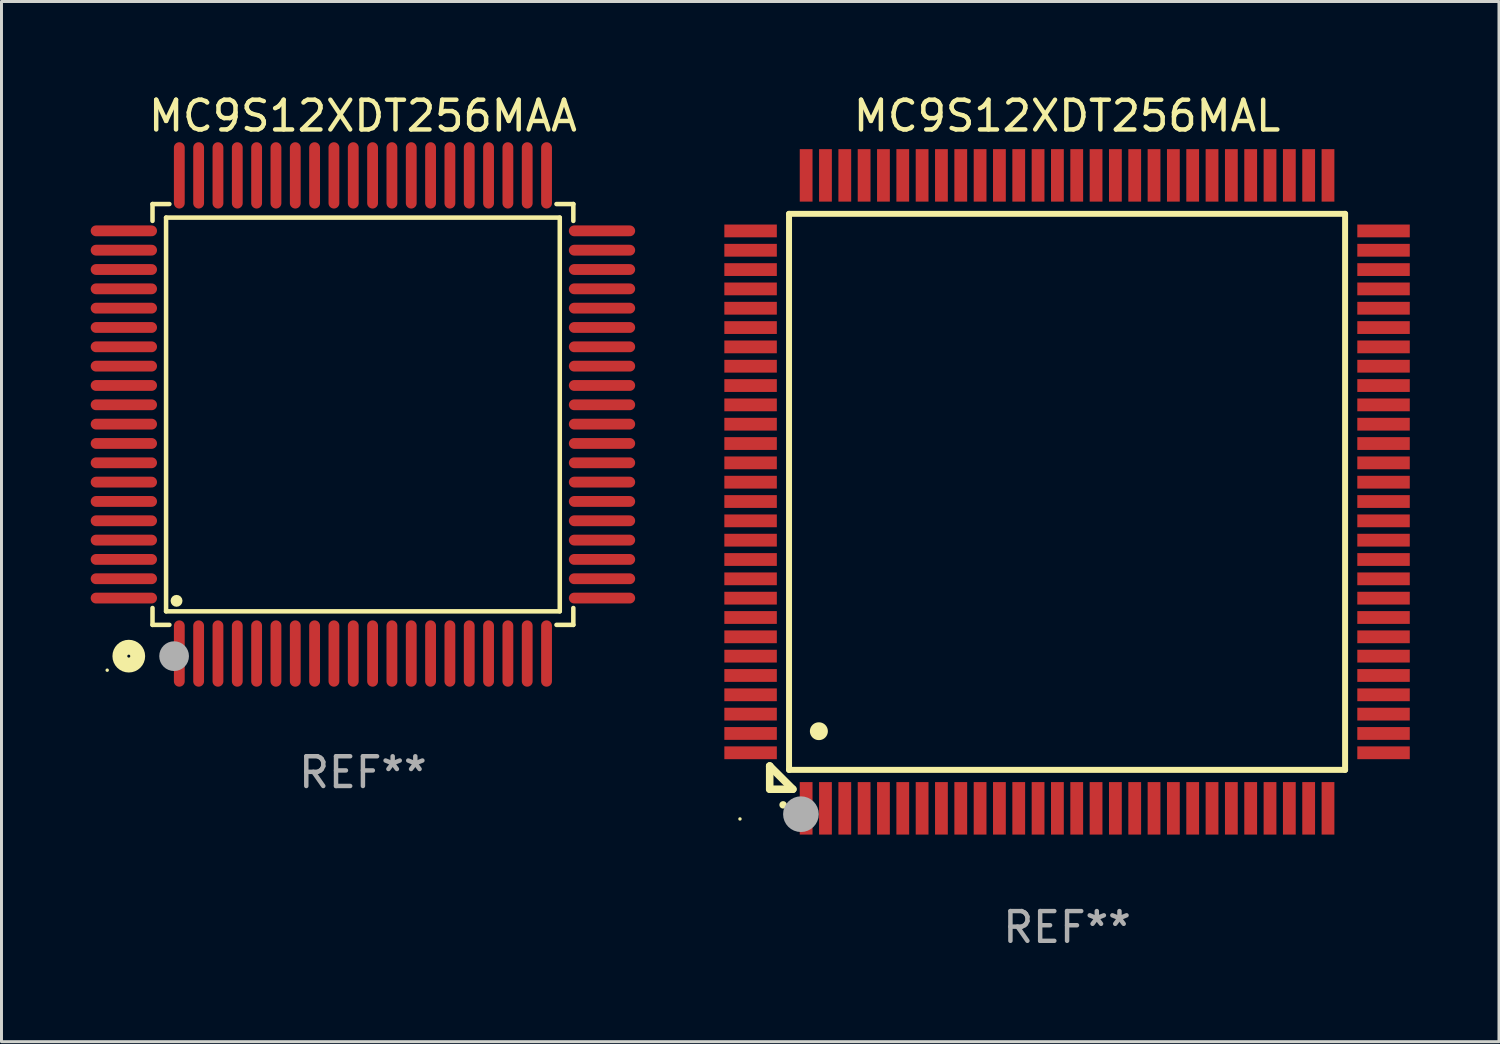
<source format=kicad_pcb>
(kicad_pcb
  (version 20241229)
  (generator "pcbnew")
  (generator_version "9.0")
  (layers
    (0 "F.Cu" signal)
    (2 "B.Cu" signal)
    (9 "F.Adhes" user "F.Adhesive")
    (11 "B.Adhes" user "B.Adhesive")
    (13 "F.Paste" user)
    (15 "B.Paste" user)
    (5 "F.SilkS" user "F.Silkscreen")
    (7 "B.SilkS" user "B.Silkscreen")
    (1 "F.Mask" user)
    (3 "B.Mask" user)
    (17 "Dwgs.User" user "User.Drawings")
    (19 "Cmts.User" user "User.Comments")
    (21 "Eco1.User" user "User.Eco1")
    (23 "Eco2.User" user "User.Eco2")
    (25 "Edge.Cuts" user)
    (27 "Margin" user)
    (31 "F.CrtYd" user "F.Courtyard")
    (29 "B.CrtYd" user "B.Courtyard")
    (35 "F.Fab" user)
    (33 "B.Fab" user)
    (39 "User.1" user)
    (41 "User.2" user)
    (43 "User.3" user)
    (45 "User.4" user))
  (footprint "MC9S12XDT256MAA"
    (layer "F.Cu")
    (at 9.155 10.888)
    (property "Reference" "MC9S12XDT256MAA" (at 0 -10.04 0) (layer "F.SilkS") (effects (font (size 1 1) (thickness 0.15))))
    (attr through_hole)
    (fp_line (start -7.076 -7.076) (end -7.076 -6.509) (stroke (width 0.152) (type solid)) (layer "F.SilkS"))
    (fp_line (start -7.076 7.076) (end -7.076 6.509) (stroke (width 0.152) (type solid)) (layer "F.SilkS"))
    (fp_line (start -6.62 -6.62) (end 6.62 -6.62) (stroke (width 0.152) (type solid)) (layer "F.SilkS"))
    (fp_line (start -6.62 6.62) (end -6.62 -6.62) (stroke (width 0.152) (type solid)) (layer "F.SilkS"))
    (fp_line (start -6.509 -7.076) (end -7.076 -7.076) (stroke (width 0.152) (type solid)) (layer "F.SilkS"))
    (fp_line (start -6.509 7.076) (end -7.076 7.076) (stroke (width 0.152) (type solid)) (layer "F.SilkS"))
    (fp_line (start 6.509 -7.076) (end 7.076 -7.076) (stroke (width 0.152) (type solid)) (layer "F.SilkS"))
    (fp_line (start 6.509 7.076) (end 7.076 7.076) (stroke (width 0.152) (type solid)) (layer "F.SilkS"))
    (fp_line (start 6.62 -6.62) (end 6.62 6.62) (stroke (width 0.152) (type solid)) (layer "F.SilkS"))
    (fp_line (start 6.62 6.62) (end -6.62 6.62) (stroke (width 0.152) (type solid)) (layer "F.SilkS"))
    (fp_line (start 7.076 -7.076) (end 7.076 -6.509) (stroke (width 0.152) (type solid)) (layer "F.SilkS"))
    (fp_line (start 7.076 7.076) (end 7.076 6.509) (stroke (width 0.152) (type solid)) (layer "F.SilkS"))
    (fp_circle (center -8.6 8.6) (end -8.57 8.6) (stroke (width 0.06) (type solid)) (fill no) (layer "F.SilkS"))
    (fp_circle (center -7.874 8.128) (end -7.574 8.128) (stroke (width 0.5) (type solid)) (fill no) (layer "F.SilkS"))
    (fp_circle (center -6.268 6.268) (end -6.168 6.268) (stroke (width 0.2) (type solid)) (fill no) (layer "F.SilkS"))
    (fp_circle (center -6.35 8.128) (end -6.1 8.128) (stroke (width 0.5) (type solid)) (fill no) (layer "F.Fab"))
    (fp_text user "REF**" (at 0 12.04 0) (layer "F.Fab") (effects (font (size 1 1) (thickness 0.15))))
    (pad "1" smd oval (at -6.175 8.04) (size 0.364 2.23) (layers "F.Cu" "F.Mask" "F.Paste"))
    (pad "2" smd oval (at -5.525 8.04) (size 0.364 2.23) (layers "F.Cu" "F.Mask" "F.Paste"))
    (pad "3" smd oval (at -4.875 8.04) (size 0.364 2.23) (layers "F.Cu" "F.Mask" "F.Paste"))
    (pad "4" smd oval (at -4.225 8.04) (size 0.364 2.23) (layers "F.Cu" "F.Mask" "F.Paste"))
    (pad "5" smd oval (at -3.575 8.04) (size 0.364 2.23) (layers "F.Cu" "F.Mask" "F.Paste"))
    (pad "6" smd oval (at -2.925 8.04) (size 0.364 2.23) (layers "F.Cu" "F.Mask" "F.Paste"))
    (pad "7" smd oval (at -2.275 8.04) (size 0.364 2.23) (layers "F.Cu" "F.Mask" "F.Paste"))
    (pad "8" smd oval (at -1.625 8.04) (size 0.364 2.23) (layers "F.Cu" "F.Mask" "F.Paste"))
    (pad "9" smd oval (at -0.975 8.04) (size 0.364 2.23) (layers "F.Cu" "F.Mask" "F.Paste"))
    (pad "10" smd oval (at -0.325 8.04) (size 0.364 2.23) (layers "F.Cu" "F.Mask" "F.Paste"))
    (pad "11" smd oval (at 0.325 8.04) (size 0.364 2.23) (layers "F.Cu" "F.Mask" "F.Paste"))
    (pad "12" smd oval (at 0.975 8.04) (size 0.364 2.23) (layers "F.Cu" "F.Mask" "F.Paste"))
    (pad "13" smd oval (at 1.625 8.04) (size 0.364 2.23) (layers "F.Cu" "F.Mask" "F.Paste"))
    (pad "14" smd oval (at 2.275 8.04) (size 0.364 2.23) (layers "F.Cu" "F.Mask" "F.Paste"))
    (pad "15" smd oval (at 2.925 8.04) (size 0.364 2.23) (layers "F.Cu" "F.Mask" "F.Paste"))
    (pad "16" smd oval (at 3.575 8.04) (size 0.364 2.23) (layers "F.Cu" "F.Mask" "F.Paste"))
    (pad "17" smd oval (at 4.225 8.04) (size 0.364 2.23) (layers "F.Cu" "F.Mask" "F.Paste"))
    (pad "18" smd oval (at 4.875 8.04) (size 0.364 2.23) (layers "F.Cu" "F.Mask" "F.Paste"))
    (pad "19" smd oval (at 5.525 8.04) (size 0.364 2.23) (layers "F.Cu" "F.Mask" "F.Paste"))
    (pad "20" smd oval (at 6.175 8.04) (size 0.364 2.23) (layers "F.Cu" "F.Mask" "F.Paste"))
    (pad "21" smd oval (at 8.04 6.175) (size 2.23 0.364) (layers "F.Cu" "F.Mask" "F.Paste"))
    (pad "22" smd oval (at 8.04 5.525) (size 2.23 0.364) (layers "F.Cu" "F.Mask" "F.Paste"))
    (pad "23" smd oval (at 8.04 4.875) (size 2.23 0.364) (layers "F.Cu" "F.Mask" "F.Paste"))
    (pad "24" smd oval (at 8.04 4.225) (size 2.23 0.364) (layers "F.Cu" "F.Mask" "F.Paste"))
    (pad "25" smd oval (at 8.04 3.575) (size 2.23 0.364) (layers "F.Cu" "F.Mask" "F.Paste"))
    (pad "26" smd oval (at 8.04 2.925) (size 2.23 0.364) (layers "F.Cu" "F.Mask" "F.Paste"))
    (pad "27" smd oval (at 8.04 2.275) (size 2.23 0.364) (layers "F.Cu" "F.Mask" "F.Paste"))
    (pad "28" smd oval (at 8.04 1.625) (size 2.23 0.364) (layers "F.Cu" "F.Mask" "F.Paste"))
    (pad "29" smd oval (at 8.04 0.975) (size 2.23 0.364) (layers "F.Cu" "F.Mask" "F.Paste"))
    (pad "30" smd oval (at 8.04 0.325) (size 2.23 0.364) (layers "F.Cu" "F.Mask" "F.Paste"))
    (pad "31" smd oval (at 8.04 -0.325) (size 2.23 0.364) (layers "F.Cu" "F.Mask" "F.Paste"))
    (pad "32" smd oval (at 8.04 -0.975) (size 2.23 0.364) (layers "F.Cu" "F.Mask" "F.Paste"))
    (pad "33" smd oval (at 8.04 -1.625) (size 2.23 0.364) (layers "F.Cu" "F.Mask" "F.Paste"))
    (pad "34" smd oval (at 8.04 -2.275) (size 2.23 0.364) (layers "F.Cu" "F.Mask" "F.Paste"))
    (pad "35" smd oval (at 8.04 -2.925) (size 2.23 0.364) (layers "F.Cu" "F.Mask" "F.Paste"))
    (pad "36" smd oval (at 8.04 -3.575) (size 2.23 0.364) (layers "F.Cu" "F.Mask" "F.Paste"))
    (pad "37" smd oval (at 8.04 -4.225) (size 2.23 0.364) (layers "F.Cu" "F.Mask" "F.Paste"))
    (pad "38" smd oval (at 8.04 -4.875) (size 2.23 0.364) (layers "F.Cu" "F.Mask" "F.Paste"))
    (pad "39" smd oval (at 8.04 -5.525) (size 2.23 0.364) (layers "F.Cu" "F.Mask" "F.Paste"))
    (pad "40" smd oval (at 8.04 -6.175) (size 2.23 0.364) (layers "F.Cu" "F.Mask" "F.Paste"))
    (pad "41" smd oval (at 6.175 -8.04) (size 0.364 2.23) (layers "F.Cu" "F.Mask" "F.Paste"))
    (pad "42" smd oval (at 5.525 -8.04) (size 0.364 2.23) (layers "F.Cu" "F.Mask" "F.Paste"))
    (pad "43" smd oval (at 4.875 -8.04) (size 0.364 2.23) (layers "F.Cu" "F.Mask" "F.Paste"))
    (pad "44" smd oval (at 4.225 -8.04) (size 0.364 2.23) (layers "F.Cu" "F.Mask" "F.Paste"))
    (pad "45" smd oval (at 3.575 -8.04) (size 0.364 2.23) (layers "F.Cu" "F.Mask" "F.Paste"))
    (pad "46" smd oval (at 2.925 -8.04) (size 0.364 2.23) (layers "F.Cu" "F.Mask" "F.Paste"))
    (pad "47" smd oval (at 2.275 -8.04) (size 0.364 2.23) (layers "F.Cu" "F.Mask" "F.Paste"))
    (pad "48" smd oval (at 1.625 -8.04) (size 0.364 2.23) (layers "F.Cu" "F.Mask" "F.Paste"))
    (pad "49" smd oval (at 0.975 -8.04) (size 0.364 2.23) (layers "F.Cu" "F.Mask" "F.Paste"))
    (pad "50" smd oval (at 0.325 -8.04) (size 0.364 2.23) (layers "F.Cu" "F.Mask" "F.Paste"))
    (pad "51" smd oval (at -0.325 -8.04) (size 0.364 2.23) (layers "F.Cu" "F.Mask" "F.Paste"))
    (pad "52" smd oval (at -0.975 -8.04) (size 0.364 2.23) (layers "F.Cu" "F.Mask" "F.Paste"))
    (pad "53" smd oval (at -1.625 -8.04) (size 0.364 2.23) (layers "F.Cu" "F.Mask" "F.Paste"))
    (pad "54" smd oval (at -2.275 -8.04) (size 0.364 2.23) (layers "F.Cu" "F.Mask" "F.Paste"))
    (pad "55" smd oval (at -2.925 -8.04) (size 0.364 2.23) (layers "F.Cu" "F.Mask" "F.Paste"))
    (pad "56" smd oval (at -3.575 -8.04) (size 0.364 2.23) (layers "F.Cu" "F.Mask" "F.Paste"))
    (pad "57" smd oval (at -4.225 -8.04) (size 0.364 2.23) (layers "F.Cu" "F.Mask" "F.Paste"))
    (pad "58" smd oval (at -4.875 -8.04) (size 0.364 2.23) (layers "F.Cu" "F.Mask" "F.Paste"))
    (pad "59" smd oval (at -5.525 -8.04) (size 0.364 2.23) (layers "F.Cu" "F.Mask" "F.Paste"))
    (pad "60" smd oval (at -6.175 -8.04) (size 0.364 2.23) (layers "F.Cu" "F.Mask" "F.Paste"))
    (pad "61" smd oval (at -8.04 -6.175) (size 2.23 0.364) (layers "F.Cu" "F.Mask" "F.Paste"))
    (pad "62" smd oval (at -8.04 -5.525) (size 2.23 0.364) (layers "F.Cu" "F.Mask" "F.Paste"))
    (pad "63" smd oval (at -8.04 -4.875) (size 2.23 0.364) (layers "F.Cu" "F.Mask" "F.Paste"))
    (pad "64" smd oval (at -8.04 -4.225) (size 2.23 0.364) (layers "F.Cu" "F.Mask" "F.Paste"))
    (pad "65" smd oval (at -8.04 -3.575) (size 2.23 0.364) (layers "F.Cu" "F.Mask" "F.Paste"))
    (pad "66" smd oval (at -8.04 -2.925) (size 2.23 0.364) (layers "F.Cu" "F.Mask" "F.Paste"))
    (pad "67" smd oval (at -8.04 -2.275) (size 2.23 0.364) (layers "F.Cu" "F.Mask" "F.Paste"))
    (pad "68" smd oval (at -8.04 -1.625) (size 2.23 0.364) (layers "F.Cu" "F.Mask" "F.Paste"))
    (pad "69" smd oval (at -8.04 -0.975) (size 2.23 0.364) (layers "F.Cu" "F.Mask" "F.Paste"))
    (pad "70" smd oval (at -8.04 -0.325) (size 2.23 0.364) (layers "F.Cu" "F.Mask" "F.Paste"))
    (pad "71" smd oval (at -8.04 0.325) (size 2.23 0.364) (layers "F.Cu" "F.Mask" "F.Paste"))
    (pad "72" smd oval (at -8.04 0.975) (size 2.23 0.364) (layers "F.Cu" "F.Mask" "F.Paste"))
    (pad "73" smd oval (at -8.04 1.625) (size 2.23 0.364) (layers "F.Cu" "F.Mask" "F.Paste"))
    (pad "74" smd oval (at -8.04 2.275) (size 2.23 0.364) (layers "F.Cu" "F.Mask" "F.Paste"))
    (pad "75" smd oval (at -8.04 2.925) (size 2.23 0.364) (layers "F.Cu" "F.Mask" "F.Paste"))
    (pad "76" smd oval (at -8.04 3.575) (size 2.23 0.364) (layers "F.Cu" "F.Mask" "F.Paste"))
    (pad "77" smd oval (at -8.04 4.225) (size 2.23 0.364) (layers "F.Cu" "F.Mask" "F.Paste"))
    (pad "78" smd oval (at -8.04 4.875) (size 2.23 0.364) (layers "F.Cu" "F.Mask" "F.Paste"))
    (pad "79" smd oval (at -8.04 5.525) (size 2.23 0.364) (layers "F.Cu" "F.Mask" "F.Paste"))
    (pad "80" smd oval (at -8.04 6.175) (size 2.23 0.364) (layers "F.Cu" "F.Mask" "F.Paste")))
  (footprint "MC9S12XDT256MAL"
    (layer "F.Cu")
    (at 32.835 13.491)
    (property "Reference" "MC9S12XDT256MAL" (at 0 -12.643 0) (layer "F.SilkS") (effects (font (size 1 1) (thickness 0.15))))
    (attr through_hole)
    (fp_line (start -10 9.221) (end -10 9.221) (stroke (width 0.254) (type solid)) (layer "F.SilkS"))
    (fp_line (start -10 9.221) (end -10 10) (stroke (width 0.254) (type solid)) (layer "F.SilkS"))
    (fp_line (start -10 9.221) (end -9.221 10) (stroke (width 0.254) (type solid)) (layer "F.SilkS"))
    (fp_line (start -10 10) (end -9.221 10) (stroke (width 0.254) (type solid)) (layer "F.SilkS"))
    (fp_line (start -9.35 -9.35) (end -9.35 9.35) (stroke (width 0.201) (type solid)) (layer "F.SilkS"))
    (fp_line (start -9.35 9.35) (end 9.35 9.35) (stroke (width 0.201) (type solid)) (layer "F.SilkS"))
    (fp_line (start 9.35 -9.35) (end -9.35 -9.35) (stroke (width 0.201) (type solid)) (layer "F.SilkS"))
    (fp_line (start 9.35 9.35) (end 9.35 -9.35) (stroke (width 0.201) (type solid)) (layer "F.SilkS"))
    (fp_arc (start -9.550546 10.525832) (mid -9.549276 10.525826) (end -9.548006 10.525832) (stroke (width 0.24892) (type solid)) (layer "F.SilkS"))
    (fp_arc (start -8.349124 8.049327) (mid -8.346584 8.049316) (end -8.344044 8.049327) (stroke (width 0.599441) (type solid)) (layer "F.SilkS"))
    (fp_circle (center -11 11) (end -10.97 11) (stroke (width 0.06) (type solid)) (fill no) (layer "F.SilkS"))
    (fp_circle (center -8.95 10.84) (end -8.65 10.84) (stroke (width 0.6) (type solid)) (fill no) (layer "F.Fab"))
    (fp_text user "REF**" (at 0 14.643 0) (layer "F.Fab") (effects (font (size 1 1) (thickness 0.15))))
    (pad "1" smd rect (at -8.775 10.643) (size 0.43 1.765) (layers "F.Cu" "F.Mask" "F.Paste"))
    (pad "2" smd rect (at -8.125 10.643) (size 0.43 1.765) (layers "F.Cu" "F.Mask" "F.Paste"))
    (pad "3" smd rect (at -7.475 10.643) (size 0.43 1.765) (layers "F.Cu" "F.Mask" "F.Paste"))
    (pad "4" smd rect (at -6.825 10.643) (size 0.43 1.765) (layers "F.Cu" "F.Mask" "F.Paste"))
    (pad "5" smd rect (at -6.175 10.643) (size 0.43 1.765) (layers "F.Cu" "F.Mask" "F.Paste"))
    (pad "6" smd rect (at -5.525 10.643) (size 0.43 1.765) (layers "F.Cu" "F.Mask" "F.Paste"))
    (pad "7" smd rect (at -4.875 10.643) (size 0.43 1.765) (layers "F.Cu" "F.Mask" "F.Paste"))
    (pad "8" smd rect (at -4.225 10.643) (size 0.43 1.765) (layers "F.Cu" "F.Mask" "F.Paste"))
    (pad "9" smd rect (at -3.575 10.643) (size 0.43 1.765) (layers "F.Cu" "F.Mask" "F.Paste"))
    (pad "10" smd rect (at -2.925 10.643) (size 0.43 1.765) (layers "F.Cu" "F.Mask" "F.Paste"))
    (pad "11" smd rect (at -2.275 10.643) (size 0.43 1.765) (layers "F.Cu" "F.Mask" "F.Paste"))
    (pad "12" smd rect (at -1.625 10.643) (size 0.43 1.765) (layers "F.Cu" "F.Mask" "F.Paste"))
    (pad "13" smd rect (at -0.975 10.643) (size 0.43 1.765) (layers "F.Cu" "F.Mask" "F.Paste"))
    (pad "14" smd rect (at -0.325 10.643) (size 0.43 1.765) (layers "F.Cu" "F.Mask" "F.Paste"))
    (pad "15" smd rect (at 0.325 10.643) (size 0.43 1.765) (layers "F.Cu" "F.Mask" "F.Paste"))
    (pad "16" smd rect (at 0.975 10.643) (size 0.43 1.765) (layers "F.Cu" "F.Mask" "F.Paste"))
    (pad "17" smd rect (at 1.625 10.643) (size 0.43 1.765) (layers "F.Cu" "F.Mask" "F.Paste"))
    (pad "18" smd rect (at 2.275 10.643) (size 0.43 1.765) (layers "F.Cu" "F.Mask" "F.Paste"))
    (pad "19" smd rect (at 2.925 10.643) (size 0.43 1.765) (layers "F.Cu" "F.Mask" "F.Paste"))
    (pad "20" smd rect (at 3.575 10.643) (size 0.43 1.765) (layers "F.Cu" "F.Mask" "F.Paste"))
    (pad "21" smd rect (at 4.225 10.643) (size 0.43 1.765) (layers "F.Cu" "F.Mask" "F.Paste"))
    (pad "22" smd rect (at 4.875 10.643) (size 0.43 1.765) (layers "F.Cu" "F.Mask" "F.Paste"))
    (pad "23" smd rect (at 5.525 10.643) (size 0.43 1.765) (layers "F.Cu" "F.Mask" "F.Paste"))
    (pad "24" smd rect (at 6.175 10.643) (size 0.43 1.765) (layers "F.Cu" "F.Mask" "F.Paste"))
    (pad "25" smd rect (at 6.825 10.643) (size 0.43 1.765) (layers "F.Cu" "F.Mask" "F.Paste"))
    (pad "26" smd rect (at 7.475 10.643) (size 0.43 1.765) (layers "F.Cu" "F.Mask" "F.Paste"))
    (pad "27" smd rect (at 8.125 10.643) (size 0.43 1.765) (layers "F.Cu" "F.Mask" "F.Paste"))
    (pad "28" smd rect (at 8.775 10.643) (size 0.43 1.765) (layers "F.Cu" "F.Mask" "F.Paste"))
    (pad "29" smd rect (at 10.643 8.775) (size 1.765 0.43) (layers "F.Cu" "F.Mask" "F.Paste"))
    (pad "30" smd rect (at 10.643 8.125) (size 1.765 0.43) (layers "F.Cu" "F.Mask" "F.Paste"))
    (pad "31" smd rect (at 10.643 7.475) (size 1.765 0.43) (layers "F.Cu" "F.Mask" "F.Paste"))
    (pad "32" smd rect (at 10.643 6.825) (size 1.765 0.43) (layers "F.Cu" "F.Mask" "F.Paste"))
    (pad "33" smd rect (at 10.643 6.175) (size 1.765 0.43) (layers "F.Cu" "F.Mask" "F.Paste"))
    (pad "34" smd rect (at 10.643 5.525) (size 1.765 0.43) (layers "F.Cu" "F.Mask" "F.Paste"))
    (pad "35" smd rect (at 10.643 4.875) (size 1.765 0.43) (layers "F.Cu" "F.Mask" "F.Paste"))
    (pad "36" smd rect (at 10.643 4.225) (size 1.765 0.43) (layers "F.Cu" "F.Mask" "F.Paste"))
    (pad "37" smd rect (at 10.643 3.575) (size 1.765 0.43) (layers "F.Cu" "F.Mask" "F.Paste"))
    (pad "38" smd rect (at 10.643 2.925) (size 1.765 0.43) (layers "F.Cu" "F.Mask" "F.Paste"))
    (pad "39" smd rect (at 10.643 2.275) (size 1.765 0.43) (layers "F.Cu" "F.Mask" "F.Paste"))
    (pad "40" smd rect (at 10.643 1.625) (size 1.765 0.43) (layers "F.Cu" "F.Mask" "F.Paste"))
    (pad "41" smd rect (at 10.643 0.975) (size 1.765 0.43) (layers "F.Cu" "F.Mask" "F.Paste"))
    (pad "42" smd rect (at 10.643 0.325) (size 1.765 0.43) (layers "F.Cu" "F.Mask" "F.Paste"))
    (pad "43" smd rect (at 10.643 -0.325) (size 1.765 0.43) (layers "F.Cu" "F.Mask" "F.Paste"))
    (pad "44" smd rect (at 10.643 -0.975) (size 1.765 0.43) (layers "F.Cu" "F.Mask" "F.Paste"))
    (pad "45" smd rect (at 10.643 -1.625) (size 1.765 0.43) (layers "F.Cu" "F.Mask" "F.Paste"))
    (pad "46" smd rect (at 10.643 -2.275) (size 1.765 0.43) (layers "F.Cu" "F.Mask" "F.Paste"))
    (pad "47" smd rect (at 10.643 -2.925) (size 1.765 0.43) (layers "F.Cu" "F.Mask" "F.Paste"))
    (pad "48" smd rect (at 10.643 -3.575) (size 1.765 0.43) (layers "F.Cu" "F.Mask" "F.Paste"))
    (pad "49" smd rect (at 10.643 -4.225) (size 1.765 0.43) (layers "F.Cu" "F.Mask" "F.Paste"))
    (pad "50" smd rect (at 10.643 -4.875) (size 1.765 0.43) (layers "F.Cu" "F.Mask" "F.Paste"))
    (pad "51" smd rect (at 10.643 -5.525) (size 1.765 0.43) (layers "F.Cu" "F.Mask" "F.Paste"))
    (pad "52" smd rect (at 10.643 -6.175) (size 1.765 0.43) (layers "F.Cu" "F.Mask" "F.Paste"))
    (pad "53" smd rect (at 10.643 -6.825) (size 1.765 0.43) (layers "F.Cu" "F.Mask" "F.Paste"))
    (pad "54" smd rect (at 10.643 -7.475) (size 1.765 0.43) (layers "F.Cu" "F.Mask" "F.Paste"))
    (pad "55" smd rect (at 10.643 -8.125) (size 1.765 0.43) (layers "F.Cu" "F.Mask" "F.Paste"))
    (pad "56" smd rect (at 10.643 -8.775) (size 1.765 0.43) (layers "F.Cu" "F.Mask" "F.Paste"))
    (pad "57" smd rect (at 8.775 -10.643) (size 0.43 1.765) (layers "F.Cu" "F.Mask" "F.Paste"))
    (pad "58" smd rect (at 8.125 -10.643) (size 0.43 1.765) (layers "F.Cu" "F.Mask" "F.Paste"))
    (pad "59" smd rect (at 7.475 -10.643) (size 0.43 1.765) (layers "F.Cu" "F.Mask" "F.Paste"))
    (pad "60" smd rect (at 6.825 -10.643) (size 0.43 1.765) (layers "F.Cu" "F.Mask" "F.Paste"))
    (pad "61" smd rect (at 6.175 -10.643) (size 0.43 1.765) (layers "F.Cu" "F.Mask" "F.Paste"))
    (pad "62" smd rect (at 5.525 -10.643) (size 0.43 1.765) (layers "F.Cu" "F.Mask" "F.Paste"))
    (pad "63" smd rect (at 4.875 -10.643) (size 0.43 1.765) (layers "F.Cu" "F.Mask" "F.Paste"))
    (pad "64" smd rect (at 4.225 -10.643) (size 0.43 1.765) (layers "F.Cu" "F.Mask" "F.Paste"))
    (pad "65" smd rect (at 3.575 -10.643) (size 0.43 1.765) (layers "F.Cu" "F.Mask" "F.Paste"))
    (pad "66" smd rect (at 2.925 -10.643) (size 0.43 1.765) (layers "F.Cu" "F.Mask" "F.Paste"))
    (pad "67" smd rect (at 2.275 -10.643) (size 0.43 1.765) (layers "F.Cu" "F.Mask" "F.Paste"))
    (pad "68" smd rect (at 1.625 -10.643) (size 0.43 1.765) (layers "F.Cu" "F.Mask" "F.Paste"))
    (pad "69" smd rect (at 0.975 -10.643) (size 0.43 1.765) (layers "F.Cu" "F.Mask" "F.Paste"))
    (pad "70" smd rect (at 0.325 -10.643) (size 0.43 1.765) (layers "F.Cu" "F.Mask" "F.Paste"))
    (pad "71" smd rect (at -0.325 -10.643) (size 0.43 1.765) (layers "F.Cu" "F.Mask" "F.Paste"))
    (pad "72" smd rect (at -0.975 -10.643) (size 0.43 1.765) (layers "F.Cu" "F.Mask" "F.Paste"))
    (pad "73" smd rect (at -1.625 -10.643) (size 0.43 1.765) (layers "F.Cu" "F.Mask" "F.Paste"))
    (pad "74" smd rect (at -2.275 -10.643) (size 0.43 1.765) (layers "F.Cu" "F.Mask" "F.Paste"))
    (pad "75" smd rect (at -2.925 -10.643) (size 0.43 1.765) (layers "F.Cu" "F.Mask" "F.Paste"))
    (pad "76" smd rect (at -3.575 -10.643) (size 0.43 1.765) (layers "F.Cu" "F.Mask" "F.Paste"))
    (pad "77" smd rect (at -4.225 -10.643) (size 0.43 1.765) (layers "F.Cu" "F.Mask" "F.Paste"))
    (pad "78" smd rect (at -4.875 -10.643) (size 0.43 1.765) (layers "F.Cu" "F.Mask" "F.Paste"))
    (pad "79" smd rect (at -5.525 -10.643) (size 0.43 1.765) (layers "F.Cu" "F.Mask" "F.Paste"))
    (pad "80" smd rect (at -6.175 -10.643) (size 0.43 1.765) (layers "F.Cu" "F.Mask" "F.Paste"))
    (pad "81" smd rect (at -6.825 -10.643) (size 0.43 1.765) (layers "F.Cu" "F.Mask" "F.Paste"))
    (pad "82" smd rect (at -7.475 -10.643) (size 0.43 1.765) (layers "F.Cu" "F.Mask" "F.Paste"))
    (pad "83" smd rect (at -8.125 -10.643) (size 0.43 1.765) (layers "F.Cu" "F.Mask" "F.Paste"))
    (pad "84" smd rect (at -8.775 -10.643) (size 0.43 1.765) (layers "F.Cu" "F.Mask" "F.Paste"))
    (pad "85" smd rect (at -10.643 -8.775) (size 1.765 0.43) (layers "F.Cu" "F.Mask" "F.Paste"))
    (pad "86" smd rect (at -10.643 -8.125) (size 1.765 0.43) (layers "F.Cu" "F.Mask" "F.Paste"))
    (pad "87" smd rect (at -10.643 -7.475) (size 1.765 0.43) (layers "F.Cu" "F.Mask" "F.Paste"))
    (pad "88" smd rect (at -10.643 -6.825) (size 1.765 0.43) (layers "F.Cu" "F.Mask" "F.Paste"))
    (pad "89" smd rect (at -10.643 -6.175) (size 1.765 0.43) (layers "F.Cu" "F.Mask" "F.Paste"))
    (pad "90" smd rect (at -10.643 -5.525) (size 1.765 0.43) (layers "F.Cu" "F.Mask" "F.Paste"))
    (pad "91" smd rect (at -10.643 -4.875) (size 1.765 0.43) (layers "F.Cu" "F.Mask" "F.Paste"))
    (pad "92" smd rect (at -10.643 -4.225) (size 1.765 0.43) (layers "F.Cu" "F.Mask" "F.Paste"))
    (pad "93" smd rect (at -10.643 -3.575) (size 1.765 0.43) (layers "F.Cu" "F.Mask" "F.Paste"))
    (pad "94" smd rect (at -10.643 -2.925) (size 1.765 0.43) (layers "F.Cu" "F.Mask" "F.Paste"))
    (pad "95" smd rect (at -10.643 -2.275) (size 1.765 0.43) (layers "F.Cu" "F.Mask" "F.Paste"))
    (pad "96" smd rect (at -10.643 -1.625) (size 1.765 0.43) (layers "F.Cu" "F.Mask" "F.Paste"))
    (pad "97" smd rect (at -10.643 -0.975) (size 1.765 0.43) (layers "F.Cu" "F.Mask" "F.Paste"))
    (pad "98" smd rect (at -10.643 -0.325) (size 1.765 0.43) (layers "F.Cu" "F.Mask" "F.Paste"))
    (pad "99" smd rect (at -10.643 0.325) (size 1.765 0.43) (layers "F.Cu" "F.Mask" "F.Paste"))
    (pad "100" smd rect (at -10.643 0.975) (size 1.765 0.43) (layers "F.Cu" "F.Mask" "F.Paste"))
    (pad "101" smd rect (at -10.643 1.625) (size 1.765 0.43) (layers "F.Cu" "F.Mask" "F.Paste"))
    (pad "102" smd rect (at -10.643 2.275) (size 1.765 0.43) (layers "F.Cu" "F.Mask" "F.Paste"))
    (pad "103" smd rect (at -10.643 2.925) (size 1.765 0.43) (layers "F.Cu" "F.Mask" "F.Paste"))
    (pad "104" smd rect (at -10.643 3.575) (size 1.765 0.43) (layers "F.Cu" "F.Mask" "F.Paste"))
    (pad "105" smd rect (at -10.643 4.225) (size 1.765 0.43) (layers "F.Cu" "F.Mask" "F.Paste"))
    (pad "106" smd rect (at -10.643 4.875) (size 1.765 0.43) (layers "F.Cu" "F.Mask" "F.Paste"))
    (pad "107" smd rect (at -10.643 5.525) (size 1.765 0.43) (layers "F.Cu" "F.Mask" "F.Paste"))
    (pad "108" smd rect (at -10.643 6.175) (size 1.765 0.43) (layers "F.Cu" "F.Mask" "F.Paste"))
    (pad "109" smd rect (at -10.643 6.825) (size 1.765 0.43) (layers "F.Cu" "F.Mask" "F.Paste"))
    (pad "110" smd rect (at -10.643 7.475) (size 1.765 0.43) (layers "F.Cu" "F.Mask" "F.Paste"))
    (pad "111" smd rect (at -10.643 8.125) (size 1.765 0.43) (layers "F.Cu" "F.Mask" "F.Paste"))
    (pad "112" smd rect (at -10.643 8.775) (size 1.765 0.43) (layers "F.Cu" "F.Mask" "F.Paste")))
  (gr_rect
    (start -3 -3)
    (end 47.36 31.982)
    (stroke (width 0.1) (type default))
    (fill no)
    (layer "Edge.Cuts")))
</source>
